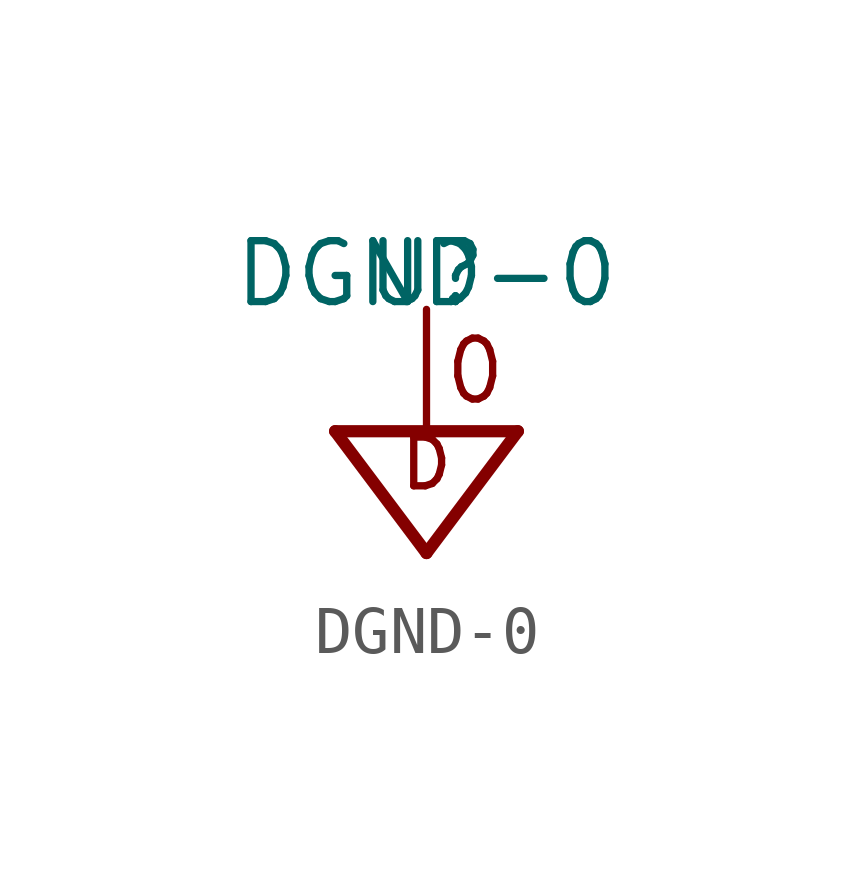
<source format=kicad_sym>
(kicad_symbol_lib
  (version 20211014)
  (generator kicad_symbol_editor)
  (symbol "DGND-0"
    (pin_names
      (offset 1.016))
    (property "Reference" "U"
      (at 0 0 0)
      (effects (font (size 1.27 1.27)) (justify bottom)))
    (property "Value" "DGND-0"
      (at 0 0.0 0)
      (effects (font (size 1.27 1.27)) (justify bottom)))
    (symbol "DGND-0_0_0"
      (polyline (pts (xy 1.905 -2.54) (xy 0.0 -5.08)) (stroke (width 0.254)))
      (polyline (pts (xy 0.0 -5.08) (xy -1.905 -2.54)) (stroke (width 0.254)))
      (polyline (pts (xy -1.905 -2.54) (xy 1.905 -2.54)) (stroke (width 0.254)))
      (text "D" (at 0.0 -3.81 0) (effects (font (size 1.016 1.016)) (justify bottom)))
      (text "0" (at 1.016 -2.032 0) (effects (font (size 1.27 1.27)) (justify bottom)))
      (pin power_in line (at 0.0 0.0 270.0) (length 2.54) (name "~" (effects (font (size 1.016 1.016)))) (number "~" (effects (font (size 1.016 1.016))))))))
</source>
